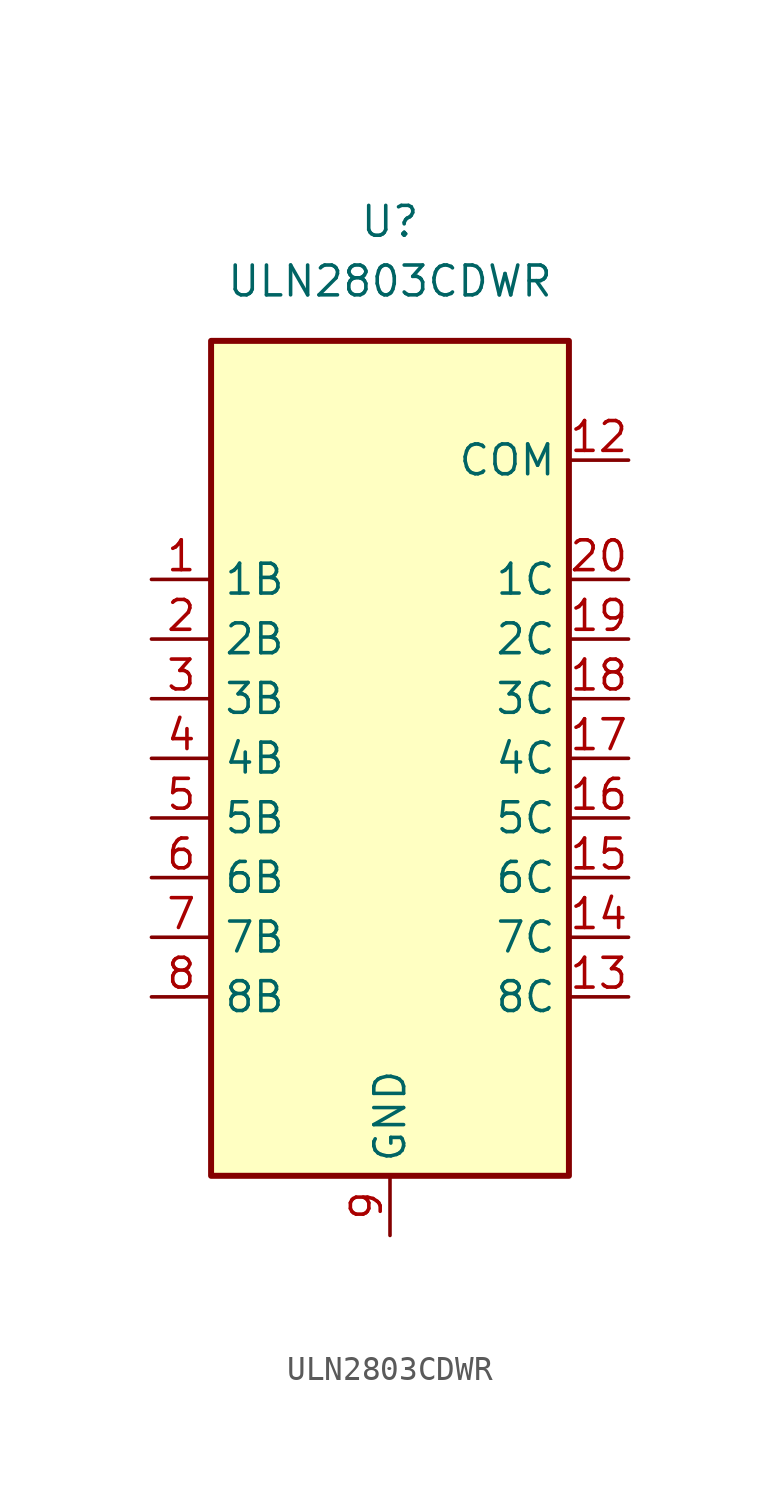
<source format=kicad_sym>
(kicad_symbol_lib
  (version 20220914)
  (generator kicad_symbol_editor)
  (symbol "ULN2803CDWR"
    (property "Reference" "U"
      (at 0 22.86 0)
      (effects (font (size 1.27 1.27))))
    (property "Value" "ULN2803CDWR"
      (at 0 20.32 0)
      (effects (font (size 1.27 1.27))))
    (symbol "ULN2803CDWR_1_1"
      (rectangle (start -7.62 17.78) (end 7.62 -17.78) (stroke (width 0.254) (type default)) (fill (type background)))
      (pin input line (at -10.16 7.62 0) (length 2.54) (name "1B" (effects (font (size 1.27 1.27)))) (number "1" (effects (font (size 1.27 1.27)))))
      (pin no_connect line (at -7.62 -12.7 0) (length 2.54) hide (name "NC" (effects (font (size 1.27 1.27)))) (number "10" (effects (font (size 1.27 1.27)))))
      (pin no_connect line (at 7.62 -12.7 180) (length 2.54) hide (name "NC" (effects (font (size 1.27 1.27)))) (number "11" (effects (font (size 1.27 1.27)))))
      (pin input line (at 10.16 12.7 180) (length 2.54) (name "COM" (effects (font (size 1.27 1.27)))) (number "12" (effects (font (size 1.27 1.27)))))
      (pin output line (at 10.16 -10.16 180) (length 2.54) (name "8C" (effects (font (size 1.27 1.27)))) (number "13" (effects (font (size 1.27 1.27)))))
      (pin output line (at 10.16 -7.62 180) (length 2.54) (name "7C" (effects (font (size 1.27 1.27)))) (number "14" (effects (font (size 1.27 1.27)))))
      (pin output line (at 10.16 -5.08 180) (length 2.54) (name "6C" (effects (font (size 1.27 1.27)))) (number "15" (effects (font (size 1.27 1.27)))))
      (pin output line (at 10.16 -2.54 180) (length 2.54) (name "5C" (effects (font (size 1.27 1.27)))) (number "16" (effects (font (size 1.27 1.27)))))
      (pin output line (at 10.16 0 180) (length 2.54) (name "4C" (effects (font (size 1.27 1.27)))) (number "17" (effects (font (size 1.27 1.27)))))
      (pin output line (at 10.16 2.54 180) (length 2.54) (name "3C" (effects (font (size 1.27 1.27)))) (number "18" (effects (font (size 1.27 1.27)))))
      (pin output line (at 10.16 5.08 180) (length 2.54) (name "2C" (effects (font (size 1.27 1.27)))) (number "19" (effects (font (size 1.27 1.27)))))
      (pin input line (at -10.16 5.08 0) (length 2.54) (name "2B" (effects (font (size 1.27 1.27)))) (number "2" (effects (font (size 1.27 1.27)))))
      (pin output line (at 10.16 7.62 180) (length 2.54) (name "1C" (effects (font (size 1.27 1.27)))) (number "20" (effects (font (size 1.27 1.27)))))
      (pin input line (at -10.16 2.54 0) (length 2.54) (name "3B" (effects (font (size 1.27 1.27)))) (number "3" (effects (font (size 1.27 1.27)))))
      (pin input line (at -10.16 0 0) (length 2.54) (name "4B" (effects (font (size 1.27 1.27)))) (number "4" (effects (font (size 1.27 1.27)))))
      (pin input line (at -10.16 -2.54 0) (length 2.54) (name "5B" (effects (font (size 1.27 1.27)))) (number "5" (effects (font (size 1.27 1.27)))))
      (pin input line (at -10.16 -5.08 0) (length 2.54) (name "6B" (effects (font (size 1.27 1.27)))) (number "6" (effects (font (size 1.27 1.27)))))
      (pin input line (at -10.16 -7.62 0) (length 2.54) (name "7B" (effects (font (size 1.27 1.27)))) (number "7" (effects (font (size 1.27 1.27)))))
      (pin input line (at -10.16 -10.16 0) (length 2.54) (name "8B" (effects (font (size 1.27 1.27)))) (number "8" (effects (font (size 1.27 1.27)))))
      (pin power_in line (at 0 -20.32 90) (length 2.54) (name "GND" (effects (font (size 1.27 1.27)))) (number "9" (effects (font (size 1.27 1.27))))))))
</source>
